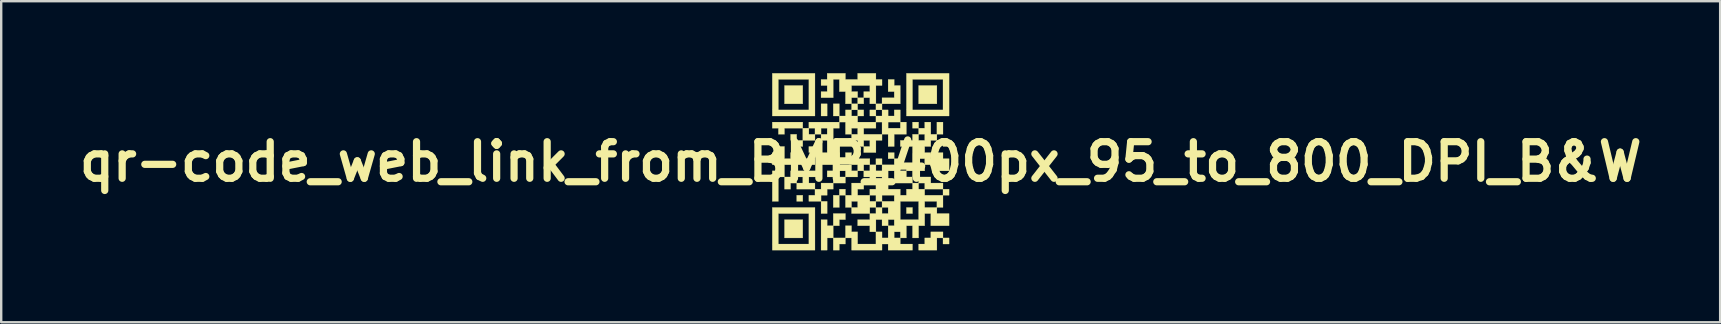
<source format=kicad_pcb>
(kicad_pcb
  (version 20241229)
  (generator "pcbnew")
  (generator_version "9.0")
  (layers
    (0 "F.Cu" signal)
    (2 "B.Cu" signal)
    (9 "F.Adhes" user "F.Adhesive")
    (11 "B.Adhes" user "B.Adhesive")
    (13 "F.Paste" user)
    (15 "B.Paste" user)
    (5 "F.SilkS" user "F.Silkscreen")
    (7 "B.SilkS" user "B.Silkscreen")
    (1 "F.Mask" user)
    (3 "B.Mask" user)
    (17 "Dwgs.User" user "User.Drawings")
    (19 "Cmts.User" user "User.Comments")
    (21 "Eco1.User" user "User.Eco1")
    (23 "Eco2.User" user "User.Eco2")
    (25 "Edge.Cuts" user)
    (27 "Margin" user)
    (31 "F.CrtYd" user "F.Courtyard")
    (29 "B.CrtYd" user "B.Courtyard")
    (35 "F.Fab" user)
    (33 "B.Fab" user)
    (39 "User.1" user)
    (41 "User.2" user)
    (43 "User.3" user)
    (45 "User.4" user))
  (footprint "qr-code_web_link_from_BMP_400px_95_to_800_DPI_B&W"
    (layer "F.Cu")
    (at 32.81 3.688)
    (property "Reference" "qr-code_web_link_from_BMP_400px_95_to_800_DPI_B&W" (at 0 0 0) (layer "F.SilkS") (effects (font (size 1.524 1.524) (thickness 0.3))))
    (attr through_hole)
    (fp_poly (pts (xy -2.667 -0.889) (xy -2.921 -0.889) (xy -2.921 -1.143) (xy -2.667 -1.143) (xy -2.667 -0.889)) (stroke (width 0.01) (type solid)) (fill yes) (layer "F.SilkS"))
    (fp_poly (pts (xy -2.413 -2.413) (xy -3.175 -2.413) (xy -3.175 -3.175) (xy -2.413 -3.175) (xy -2.413 -2.413)) (stroke (width 0.01) (type solid)) (fill yes) (layer "F.SilkS"))
    (fp_poly (pts (xy -2.413 -0.635) (xy -2.667 -0.635) (xy -2.667 -0.889) (xy -2.413 -0.889) (xy -2.413 -0.635)) (stroke (width 0.01) (type solid)) (fill yes) (layer "F.SilkS"))
    (fp_poly (pts (xy -2.413 1.651) (xy -2.667 1.651) (xy -2.667 1.397) (xy -2.413 1.397) (xy -2.413 1.651)) (stroke (width 0.01) (type solid)) (fill yes) (layer "F.SilkS"))
    (fp_poly (pts (xy -2.413 3.175) (xy -3.175 3.175) (xy -3.175 2.413) (xy -2.413 2.413) (xy -2.413 3.175)) (stroke (width 0.01) (type solid)) (fill yes) (layer "F.SilkS"))
    (fp_poly (pts (xy -1.905 -0.381) (xy -2.159 -0.381) (xy -2.159 -0.635) (xy -1.905 -0.635) (xy -1.905 -0.381)) (stroke (width 0.01) (type solid)) (fill yes) (layer "F.SilkS"))
    (fp_poly (pts (xy -1.397 -1.905) (xy -1.651 -1.905) (xy -1.651 -2.413) (xy -1.397 -2.413) (xy -1.397 -1.905)) (stroke (width 0.01) (type solid)) (fill yes) (layer "F.SilkS"))
    (fp_poly (pts (xy -1.397 2.159) (xy -1.651 2.159) (xy -1.651 1.651) (xy -1.397 1.651) (xy -1.397 2.159)) (stroke (width 0.01) (type solid)) (fill yes) (layer "F.SilkS"))
    (fp_poly (pts (xy -0.889 -1.905) (xy -1.143 -1.905) (xy -1.143 -2.413) (xy -0.889 -2.413) (xy -0.889 -1.905)) (stroke (width 0.01) (type solid)) (fill yes) (layer "F.SilkS"))
    (fp_poly (pts (xy -0.889 1.905) (xy -1.143 1.905) (xy -1.143 1.397) (xy -0.889 1.397) (xy -0.889 1.905)) (stroke (width 0.01) (type solid)) (fill yes) (layer "F.SilkS"))
    (fp_poly (pts (xy -0.635 1.397) (xy -0.889 1.397) (xy -0.889 1.143) (xy -0.635 1.143) (xy -0.635 1.397)) (stroke (width 0.01) (type solid)) (fill yes) (layer "F.SilkS"))
    (fp_poly (pts (xy -0.381 -0.127) (xy -0.635 -0.127) (xy -0.635 -0.381) (xy -0.381 -0.381) (xy -0.381 -0.127)) (stroke (width 0.01) (type solid)) (fill yes) (layer "F.SilkS"))
    (fp_poly (pts (xy 0.127 -2.413) (xy -0.127 -2.413) (xy -0.127 -2.667) (xy 0.127 -2.667) (xy 0.127 -2.413)) (stroke (width 0.01) (type solid)) (fill yes) (layer "F.SilkS"))
    (fp_poly (pts (xy 0.127 -1.905) (xy -0.127 -1.905) (xy -0.127 -2.159) (xy 0.127 -2.159) (xy 0.127 -1.905)) (stroke (width 0.01) (type solid)) (fill yes) (layer "F.SilkS"))
    (fp_poly (pts (xy 0.635 -1.905) (xy 0.381 -1.905) (xy 0.381 -2.159) (xy 0.635 -2.159) (xy 0.635 -1.905)) (stroke (width 0.01) (type solid)) (fill yes) (layer "F.SilkS"))
    (fp_poly (pts (xy 1.397 -0.127) (xy 1.143 -0.127) (xy 1.143 -0.381) (xy 1.397 -0.381) (xy 1.397 -0.127)) (stroke (width 0.01) (type solid)) (fill yes) (layer "F.SilkS"))
    (fp_poly (pts (xy 2.159 2.159) (xy 1.905 2.159) (xy 1.905 1.905) (xy 2.159 1.905) (xy 2.159 2.159)) (stroke (width 0.01) (type solid)) (fill yes) (layer "F.SilkS"))
    (fp_poly (pts (xy 2.413 -1.397) (xy 2.159 -1.397) (xy 2.159 -1.651) (xy 2.413 -1.651) (xy 2.413 -1.397)) (stroke (width 0.01) (type solid)) (fill yes) (layer "F.SilkS"))
    (fp_poly (pts (xy 3.175 -2.413) (xy 2.413 -2.413) (xy 2.413 -3.175) (xy 3.175 -3.175) (xy 3.175 -2.413)) (stroke (width 0.01) (type solid)) (fill yes) (layer "F.SilkS"))
    (fp_poly (pts (xy 3.429 -1.143) (xy 3.175 -1.143) (xy 3.175 -1.651) (xy 3.429 -1.651) (xy 3.429 -1.143)) (stroke (width 0.01) (type solid)) (fill yes) (layer "F.SilkS"))
    (fp_poly (pts (xy 3.683 -0.635) (xy 3.429 -0.635) (xy 3.429 -0.889) (xy 3.683 -0.889) (xy 3.683 -0.635)) (stroke (width 0.01) (type solid)) (fill yes) (layer "F.SilkS"))
    (fp_poly (pts (xy 3.683 1.397) (xy 3.429 1.397) (xy 3.429 1.143) (xy 3.683 1.143) (xy 3.683 1.397)) (stroke (width 0.01) (type solid)) (fill yes) (layer "F.SilkS"))
    (fp_poly (pts (xy 3.683 3.429) (xy 3.429 3.429) (xy 3.429 3.175) (xy 3.683 3.175) (xy 3.683 3.429)) (stroke (width 0.01) (type solid)) (fill yes) (layer "F.SilkS"))
    (fp_poly (pts (xy -0.635 2.413) (xy -0.889 2.413) (xy -0.889 2.667) (xy -1.143 2.667) (xy -1.143 2.159) (xy -0.635 2.159) (xy -0.635 2.413)) (stroke (width 0.01) (type solid)) (fill yes) (layer "F.SilkS"))
    (fp_poly (pts (xy -0.635 3.429) (xy -0.889 3.429) (xy -0.889 3.683) (xy -1.143 3.683) (xy -1.143 3.175) (xy -0.635 3.175) (xy -0.635 3.429)) (stroke (width 0.01) (type solid)) (fill yes) (layer "F.SilkS"))
    (fp_poly (pts (xy -2.413 -1.397) (xy -3.175 -1.397) (xy -3.175 -1.143) (xy -3.429 -1.143) (xy -3.429 -1.397) (xy -3.683 -1.397) (xy -3.683 -1.651) (xy -2.413 -1.651) (xy -2.413 -1.397)) (stroke (width 0.01) (type solid)) (fill yes) (layer "F.SilkS"))
    (fp_poly (pts (xy -1.397 2.667) (xy -1.143 2.667) (xy -1.143 3.175) (xy -1.397 3.175) (xy -1.397 3.683) (xy -1.651 3.683) (xy -1.651 2.413) (xy -1.397 2.413) (xy -1.397 2.667)) (stroke (width 0.01) (type solid)) (fill yes) (layer "F.SilkS"))
    (fp_poly (pts (xy 1.397 -3.175) (xy 1.651 -3.175) (xy 1.651 -2.413) (xy 0.889 -2.413) (xy 0.889 -2.667) (xy 1.397 -2.667) (xy 1.397 -2.921) (xy 1.143 -2.921) (xy 1.143 -3.429) (xy 1.397 -3.429) (xy 1.397 -3.175)) (stroke (width 0.01) (type solid)) (fill yes) (layer "F.SilkS"))
    (fp_poly (pts (xy 3.429 3.175) (xy 3.175 3.175) (xy 3.175 3.683) (xy 2.413 3.683) (xy 2.413 3.429) (xy 2.667 3.429) (xy 2.667 3.175) (xy 2.921 3.175) (xy 2.921 2.921) (xy 3.429 2.921) (xy 3.429 3.175)) (stroke (width 0.01) (type solid)) (fill yes) (layer "F.SilkS"))
    (fp_poly (pts (xy -1.905 -1.905) (xy -3.683 -1.905) (xy -3.683 -3.429) (xy -3.429 -3.429) (xy -3.429 -2.159) (xy -2.159 -2.159) (xy -2.159 -3.429) (xy -3.429 -3.429) (xy -3.683 -3.429) (xy -3.683 -3.683) (xy -1.905 -3.683) (xy -1.905 -1.905)) (stroke (width 0.01) (type solid)) (fill yes) (layer "F.SilkS"))
    (fp_poly (pts (xy -1.905 3.683) (xy -3.683 3.683) (xy -3.683 2.159) (xy -3.429 2.159) (xy -3.429 3.429) (xy -2.159 3.429) (xy -2.159 2.159) (xy -3.429 2.159) (xy -3.683 2.159) (xy -3.683 1.905) (xy -1.905 1.905) (xy -1.905 3.683)) (stroke (width 0.01) (type solid)) (fill yes) (layer "F.SilkS"))
    (fp_poly (pts (xy 3.683 -1.905) (xy 1.905 -1.905) (xy 1.905 -3.429) (xy 2.159 -3.429) (xy 2.159 -2.159) (xy 3.429 -2.159) (xy 3.429 -3.429) (xy 2.159 -3.429) (xy 1.905 -3.429) (xy 1.905 -3.683) (xy 3.683 -3.683) (xy 3.683 -1.905)) (stroke (width 0.01) (type solid)) (fill yes) (layer "F.SilkS"))
    (fp_poly (pts (xy -1.143 1.143) (xy -1.397 1.143) (xy -1.397 1.397) (xy -1.651 1.397) (xy -1.651 1.651) (xy -2.159 1.651) (xy -2.159 1.397) (xy -1.905 1.397) (xy -1.905 1.143) (xy -1.651 1.143) (xy -1.651 0.889) (xy -1.143 0.889) (xy -1.143 1.143)) (stroke (width 0.01) (type solid)) (fill yes) (layer "F.SilkS"))
    (fp_poly (pts (xy -3.175 -0.127) (xy -2.921 -0.127) (xy -2.921 -0.381) (xy -2.413 -0.381) (xy -2.413 -0.127) (xy -1.905 -0.127) (xy -1.905 0.127) (xy -3.175 0.127) (xy -3.175 0.635) (xy -3.429 0.635) (xy -3.429 1.651) (xy -3.683 1.651) (xy -3.683 0.381) (xy -3.429 0.381) (xy -3.429 0.127) (xy -3.683 0.127) (xy -3.683 -0.381) (xy -3.429 -0.381) (xy -3.429 -0.635) (xy -3.175 -0.635) (xy -3.175 -0.127)) (stroke (width 0.01) (type solid)) (fill yes) (layer "F.SilkS"))
    (fp_poly (pts (xy -1.651 0.635) (xy -2.159 0.635) (xy -2.159 0.889) (xy -1.905 0.889) (xy -1.905 1.143) (xy -2.667 1.143) (xy -2.667 0.889) (xy -2.921 0.889) (xy -2.921 1.143) (xy -3.175 1.143) (xy -3.175 0.635) (xy -2.921 0.635) (xy -2.667 0.635) (xy -2.667 0.889) (xy -2.413 0.889) (xy -2.413 0.635) (xy -2.667 0.635) (xy -2.921 0.635) (xy -2.921 0.381) (xy -1.651 0.381) (xy -1.651 0.635)) (stroke (width 0.01) (type solid)) (fill yes) (layer "F.SilkS"))
    (fp_poly (pts (xy 1.905 -1.651) (xy 1.905 -1.143) (xy 1.397 -1.143) (xy 1.397 -0.635) (xy 1.143 -0.635) (xy 1.143 -1.143) (xy 0.889 -1.143) (xy 0.889 -0.889) (xy 0.635 -0.889) (xy 0.635 -0.381) (xy 0.127 -0.381) (xy 0.127 -0.635) (xy -0.127 -0.635) (xy -0.127 -0.889) (xy 0.127 -0.889) (xy 0.127 -0.635) (xy 0.381 -0.635) (xy 0.381 -0.889) (xy 0.127 -0.889) (xy -0.127 -0.889) (xy -0.381 -0.889) (xy -0.381 -0.635) (xy -1.143 -0.635) (xy -1.143 -0.381) (xy -0.889 -0.381) (xy -0.889 -0.127) (xy -1.143 -0.127) (xy -1.143 0.127) (xy -1.651 0.127) (xy -1.651 -0.381) (xy -1.397 -0.381) (xy -1.397 -0.889) (xy -1.651 -0.889) (xy -1.651 -1.143) (xy -1.905 -1.143) (xy -1.905 -0.889) (xy -2.413 -0.889) (xy -2.413 -1.397) (xy -2.159 -1.397) (xy -2.159 -1.143) (xy -1.905 -1.143) (xy -1.905 -1.397) (xy -1.651 -1.397) (xy -1.651 -1.143) (xy -1.397 -1.143) (xy -1.397 -1.397) (xy -1.143 -1.397) (xy -1.143 -0.889) (xy -0.381 -0.889) (xy -0.381 -1.143) (xy -0.635 -1.143) (xy -0.635 -1.397) (xy -0.381 -1.397) (xy -0.381 -1.143) (xy -0.127 -1.143) (xy -0.127 -1.397) (xy 0.127 -1.397) (xy 0.127 -1.143) (xy 0.889 -1.143) (xy 0.889 -1.651) (xy 1.143 -1.651) (xy 1.143 -1.397) (xy 1.651 -1.397) (xy 1.651 -1.651) (xy 1.143 -1.651) (xy 0.889 -1.651) (xy 0.635 -1.651) (xy 0.635 -1.397) (xy 0.127 -1.397) (xy -0.127 -1.397) (xy -0.381 -1.397) (xy -0.635 -1.397) (xy -0.635 -1.651) (xy -0.889 -1.651) (xy -0.889 -1.397) (xy -1.143 -1.397) (xy -1.397 -1.397) (xy -1.651 -1.397) (xy -1.905 -1.397) (xy -2.159 -1.397) (xy -2.159 -1.651) (xy -0.889 -1.651) (xy -0.889 -1.905) (xy -0.635 -1.905) (xy -0.635 -2.159) (xy -0.381 -2.159) (xy -0.381 -2.413) (xy -0.635 -2.413) (xy -0.635 -2.921) (xy -0.889 -2.921) (xy -0.889 -3.175) (xy -0.381 -3.175) (xy -0.381 -2.921) (xy -0.127 -2.921) (xy -0.127 -2.667) (xy -0.381 -2.667) (xy -0.381 -2.413) (xy -0.127 -2.413) (xy -0.127 -2.159) (xy -0.381 -2.159) (xy -0.381 -1.905) (xy -0.127 -1.905) (xy -0.127 -1.651) (xy 0.635 -1.651) (xy 0.635 -1.905) (xy 0.889 -1.905) (xy 0.889 -2.159) (xy 0.635 -2.159) (xy 0.635 -2.413) (xy 0.381 -2.413) (xy 0.381 -2.667) (xy 0.127 -2.667) (xy 0.127 -2.921) (xy 0.381 -2.921) (xy 0.381 -3.175) (xy -0.381 -3.175) (xy -0.889 -3.175) (xy -0.889 -3.429) (xy -1.143 -3.429) (xy -1.143 -2.667) (xy -1.651 -2.667) (xy -1.651 -2.921) (xy -1.397 -2.921) (xy -1.397 -3.175) (xy -1.651 -3.175) (xy -1.651 -3.429) (xy -1.397 -3.429) (xy -1.397 -3.683) (xy -0.635 -3.683) (xy -0.635 -3.429) (xy -0.127 -3.429) (xy -0.127 -3.683) (xy 0.635 -3.683) (xy 0.635 -3.429) (xy 0.889 -3.429) (xy 0.889 -3.175) (xy 0.635 -3.175) (xy 0.635 -2.413) (xy 0.889 -2.413) (xy 0.889 -2.159) (xy 1.143 -2.159) (xy 1.143 -1.905) (xy 1.397 -1.905) (xy 1.397 -2.159) (xy 1.651 -2.159) (xy 1.651 -1.651) (xy 1.905 -1.651)) (stroke (width 0.01) (type solid)) (fill yes) (layer "F.SilkS"))
    (fp_poly (pts (xy -0.635 2.667) (xy -0.381 2.667) (xy -0.381 2.921) (xy -0.127 2.921) (xy -0.127 3.429) (xy 0.635 3.429) (xy 0.635 2.921) (xy 0.381 2.921) (xy 0.381 2.667) (xy -0.127 2.667) (xy -0.127 2.413) (xy 0.381 2.413) (xy 0.635 2.413) (xy 0.635 2.921) (xy 0.889 2.921) (xy 0.889 3.175) (xy 1.143 3.175) (xy 1.143 2.921) (xy 1.397 2.921) (xy 1.397 3.175) (xy 1.651 3.175) (xy 1.651 2.921) (xy 1.397 2.921) (xy 1.143 2.921) (xy 1.143 2.667) (xy 0.889 2.667) (xy 0.889 2.413) (xy 1.143 2.413) (xy 1.143 2.667) (xy 1.397 2.667) (xy 1.397 2.413) (xy 1.143 2.413) (xy 0.889 2.413) (xy 0.635 2.413) (xy 0.381 2.413) (xy 0.381 2.159) (xy -0.381 2.159) (xy -0.381 1.905) (xy -0.635 1.905) (xy -0.635 1.651) (xy -0.381 1.651) (xy -0.381 1.905) (xy -0.127 1.905) (xy 0.381 1.905) (xy 0.381 2.159) (xy 0.635 2.159) (xy 0.635 1.905) (xy 0.381 1.905) (xy -0.127 1.905) (xy -0.127 1.651) (xy -0.381 1.651) (xy -0.635 1.651) (xy -0.635 1.397) (xy -0.381 1.397) (xy -0.381 0.889) (xy 0.127 0.889) (xy 0.127 1.143) (xy -0.127 1.143) (xy -0.127 1.397) (xy 0.381 1.397) (xy 0.381 1.651) (xy 0.635 1.651) (xy 0.635 1.905) (xy 0.889 1.905) (xy 0.889 2.159) (xy 1.143 2.159) (xy 1.143 1.905) (xy 0.889 1.905) (xy 0.889 1.651) (xy 0.635 1.651) (xy 0.635 1.397) (xy 0.889 1.397) (xy 0.889 1.651) (xy 1.397 1.651) (xy 1.651 1.651) (xy 1.651 2.413) (xy 2.413 2.413) (xy 2.413 1.651) (xy 2.667 1.651) (xy 2.667 1.905) (xy 3.175 1.905) (xy 3.175 1.651) (xy 2.667 1.651) (xy 2.413 1.651) (xy 1.651 1.651) (xy 1.397 1.651) (xy 1.397 1.397) (xy 0.889 1.397) (xy 0.635 1.397) (xy 0.381 1.397) (xy 0.381 1.143) (xy 0.635 1.143) (xy 0.635 0.889) (xy 0.381 0.889) (xy 0.381 0.635) (xy 0.635 0.635) (xy 0.635 0.889) (xy 0.889 0.889) (xy 0.889 0.635) (xy 0.635 0.635) (xy 0.381 0.635) (xy 0.127 0.635) (xy 0.127 0.381) (xy -0.127 0.381) (xy -0.127 0.635) (xy -0.635 0.635) (xy -0.635 0.889) (xy -1.143 0.889) (xy -1.143 0.635) (xy -1.397 0.635) (xy -1.397 0.381) (xy -1.143 0.381) (xy -1.143 0.635) (xy -0.635 0.635) (xy -0.635 0.381) (xy -1.143 0.381) (xy -1.143 0.127) (xy -0.381 0.127) (xy -0.381 0.381) (xy -0.127 0.381) (xy -0.127 0.127) (xy 0.127 0.127) (xy 0.127 0.381) (xy 0.381 0.381) (xy 0.381 0.127) (xy 0.127 0.127) (xy -0.127 0.127) (xy -0.381 0.127) (xy -0.381 -0.127) (xy 0.381 -0.127) (xy 0.381 0.127) (xy 0.635 0.127) (xy 0.635 0.381) (xy 0.889 0.381) (xy 1.143 0.381) (xy 1.143 1.143) (xy 1.651 1.143) (xy 1.651 1.397) (xy 1.905 1.397) (xy 1.905 1.143) (xy 2.159 1.143) (xy 2.159 0.889) (xy 1.397 0.889) (xy 1.397 0.381) (xy 1.143 0.381) (xy 0.889 0.381) (xy 0.889 0.127) (xy 0.635 0.127) (xy 0.635 -0.127) (xy 0.889 -0.127) (xy 0.889 0.127) (xy 1.397 0.127) (xy 1.397 -0.127) (xy 1.651 -0.127) (xy 1.651 0.381) (xy 1.905 0.381) (xy 1.905 0.635) (xy 2.159 0.635) (xy 2.159 0.889) (xy 2.413 0.889) (xy 2.413 1.143) (xy 2.667 1.143) (xy 2.667 0.889) (xy 2.413 0.889) (xy 2.413 0.635) (xy 2.159 0.635) (xy 2.159 0.381) (xy 1.905 0.381) (xy 1.905 0.127) (xy 2.159 0.127) (xy 2.159 -0.127) (xy 2.413 -0.127) (xy 2.413 0.127) (xy 2.667 0.127) (xy 2.667 -0.127) (xy 2.413 -0.127) (xy 2.159 -0.127) (xy 2.159 -0.635) (xy 1.651 -0.635) (xy 1.651 -0.889) (xy 2.159 -0.889) (xy 2.159 -1.143) (xy 2.413 -1.143) (xy 2.413 -0.889) (xy 2.667 -0.889) (xy 2.667 -1.143) (xy 2.413 -1.143) (xy 2.413 -1.397) (xy 2.667 -1.397) (xy 2.667 -1.651) (xy 2.921 -1.651) (xy 2.921 -1.143) (xy 3.175 -1.143) (xy 3.175 -0.889) (xy 2.921 -0.889) (xy 2.921 -0.635) (xy 2.667 -0.635) (xy 2.667 -0.381) (xy 2.921 -0.381) (xy 2.921 -0.127) (xy 3.175 -0.127) (xy 3.175 -0.381) (xy 3.429 -0.381) (xy 3.429 -0.127) (xy 3.683 -0.127) (xy 3.683 0.381) (xy 3.175 0.381) (xy 3.175 0.127) (xy 2.667 0.127) (xy 2.667 0.381) (xy 2.413 0.381) (xy 2.413 0.635) (xy 2.921 0.635) (xy 2.921 0.889) (xy 3.429 0.889) (xy 3.429 1.143) (xy 2.667 1.143) (xy 2.667 1.397) (xy 3.429 1.397) (xy 3.429 1.905) (xy 3.175 1.905) (xy 3.175 2.159) (xy 3.683 2.159) (xy 3.683 2.667) (xy 2.921 2.667) (xy 2.921 2.159) (xy 2.667 2.159) (xy 2.667 2.667) (xy 2.413 2.667) (xy 2.413 3.175) (xy 2.159 3.175) (xy 2.159 2.667) (xy 1.905 2.667) (xy 1.905 3.175) (xy 1.651 3.175) (xy 1.651 3.429) (xy 2.159 3.429) (xy 2.159 3.683) (xy 1.143 3.683) (xy 1.143 3.429) (xy 0.889 3.429) (xy 0.889 3.683) (xy -0.381 3.683) (xy -0.381 3.175) (xy -0.635 3.175) (xy -0.635 2.667)) (stroke (width 0.01) (type solid)) (fill yes) (layer "F.SilkS")))
  (gr_rect
    (start -3 -3)
    (end 68.619 10.376)
    (stroke (width 0.1) (type default))
    (fill no)
    (layer "Edge.Cuts")))
</source>
